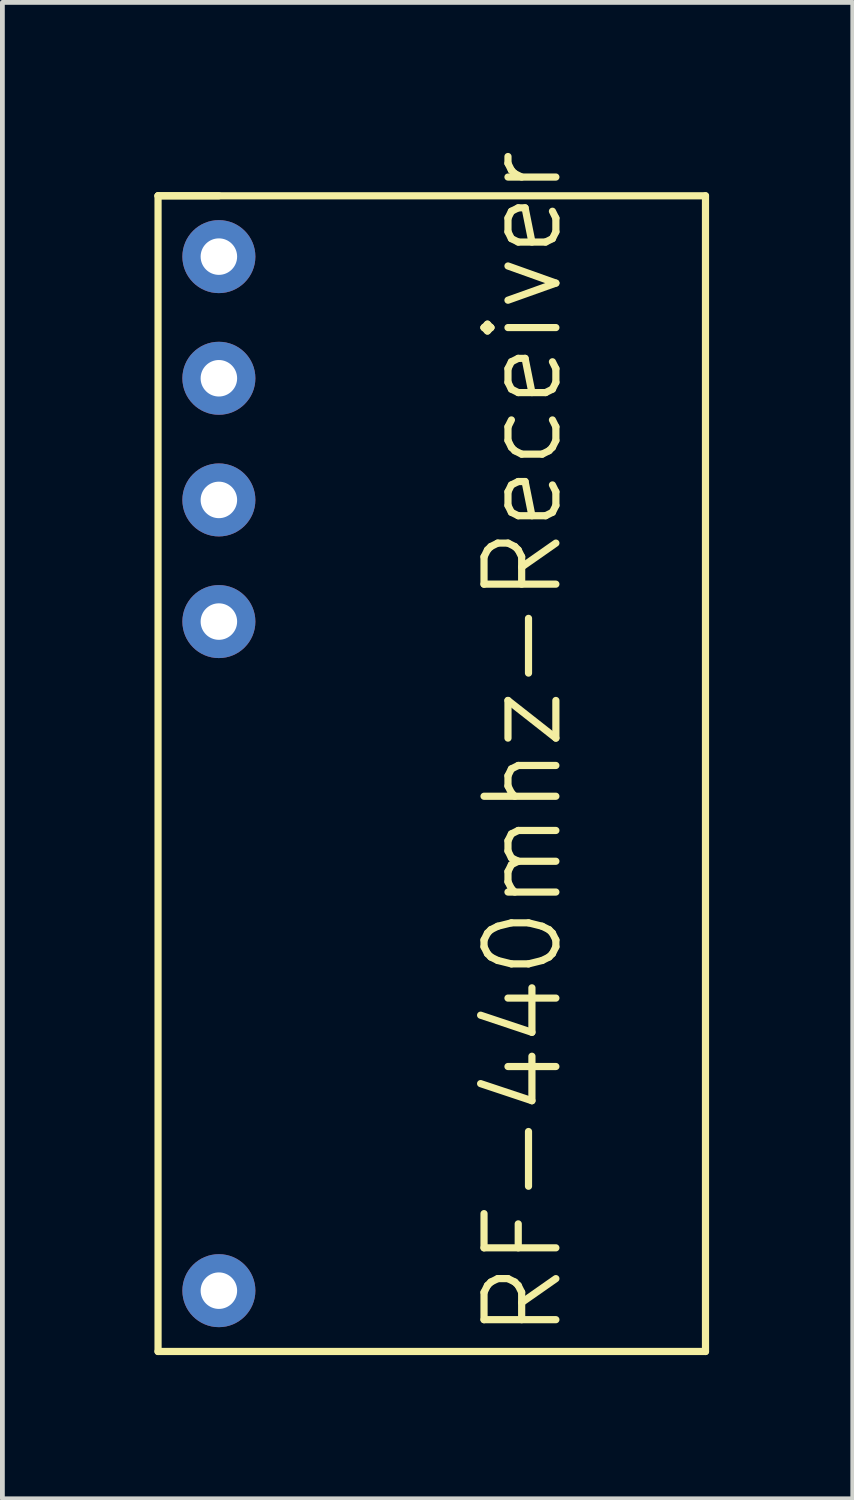
<source format=kicad_pcb>
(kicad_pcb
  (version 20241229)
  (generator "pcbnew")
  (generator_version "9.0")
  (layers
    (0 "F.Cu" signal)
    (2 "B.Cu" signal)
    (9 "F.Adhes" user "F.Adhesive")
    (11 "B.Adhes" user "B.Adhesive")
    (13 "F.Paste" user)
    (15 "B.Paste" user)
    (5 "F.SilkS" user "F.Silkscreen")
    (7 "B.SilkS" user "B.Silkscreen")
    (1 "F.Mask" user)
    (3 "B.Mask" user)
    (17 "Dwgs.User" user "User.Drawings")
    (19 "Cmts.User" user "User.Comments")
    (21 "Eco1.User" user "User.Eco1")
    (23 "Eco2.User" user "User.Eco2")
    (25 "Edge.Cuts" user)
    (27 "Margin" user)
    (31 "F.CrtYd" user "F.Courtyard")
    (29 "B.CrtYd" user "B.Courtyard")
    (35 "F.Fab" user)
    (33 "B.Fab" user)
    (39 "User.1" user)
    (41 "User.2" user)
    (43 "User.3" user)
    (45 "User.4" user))
  (footprint "RF-440mhz-Receiver"
    (layer "F.Cu")
    (at 0.25 1.038)
    (property "Reference" "RF-440mhz-Receiver" (at 7.62 11.43 90) (layer "F.SilkS") (effects (font (size 1.5 1.5) (thickness 0.15))))
    (attr through_hole)
    (fp_line (start 0 0) (end 0 24.13) (stroke (width 0.15) (type solid)) (layer "F.SilkS"))
    (fp_line (start 0 0) (end 1.27 0) (stroke (width 0.15) (type solid)) (layer "F.SilkS"))
    (fp_line (start 0 24.13) (end 11.43 24.13) (stroke (width 0.15) (type solid)) (layer "F.SilkS"))
    (fp_line (start 11.43 0) (end 0 0) (stroke (width 0.15) (type solid)) (layer "F.SilkS"))
    (fp_line (start 11.43 24.13) (end 11.43 0) (stroke (width 0.15) (type solid)) (layer "F.SilkS"))
    (pad "1" thru_hole circle (at 1.27 1.27) (size 1.524 1.524) (drill 0.762) (layers "*.Cu" "*.Mask"))
    (pad "2" thru_hole circle (at 1.27 3.81) (size 1.524 1.524) (drill 0.762) (layers "*.Cu" "*.Mask"))
    (pad "3" thru_hole circle (at 1.27 6.35) (size 1.524 1.524) (drill 0.762) (layers "*.Cu" "*.Mask"))
    (pad "4" thru_hole circle (at 1.27 8.89) (size 1.524 1.524) (drill 0.762) (layers "*.Cu" "*.Mask"))
    (pad "5" thru_hole circle (at 1.27 22.86) (size 1.524 1.524) (drill 0.762) (layers "*.Cu" "*.Mask")))
  (gr_rect
    (start -3 -3)
    (end 14.755 28.243)
    (stroke (width 0.1) (type default))
    (fill no)
    (layer "Edge.Cuts")))
</source>
